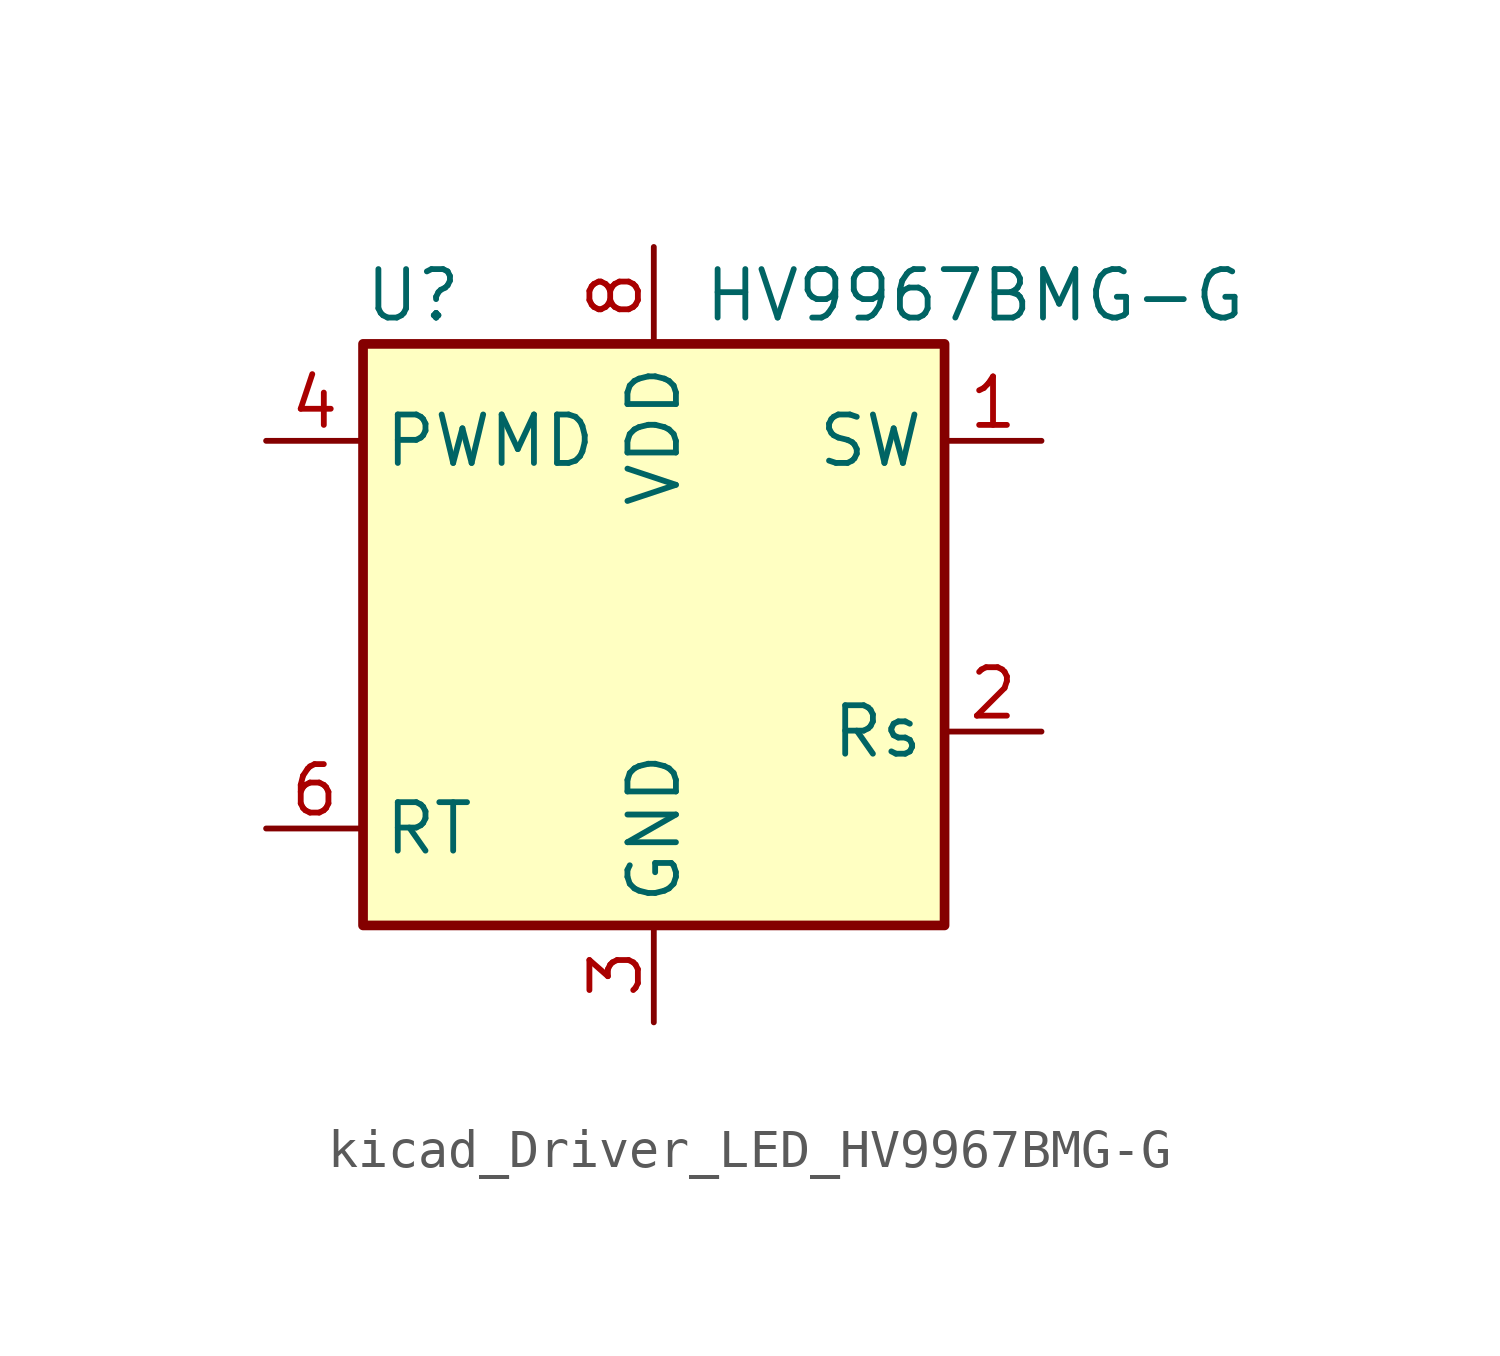
<source format=kicad_sym>
(kicad_symbol_lib
  (version 20220914)
  (generator kicad_symbol_editor)
  (symbol "kicad_Driver_LED_HV9967BMG-G"
    (property "Reference" "U"
      (at -7.62 8.89 0)
      (effects (font (size 1.27 1.27)) (justify left)))
    (property "Value" "HV9967BMG-G"
      (at 1.27 8.89 0)
      (effects (font (size 1.27 1.27)) (justify left)))
    (symbol "kicad_Driver_LED_HV9967BMG-G_0_1"
      (rectangle (start -7.62 7.62) (end 7.62 -7.62) (stroke (width 0.254) (type default)) (fill (type background))))
    (symbol "kicad_Driver_LED_HV9967BMG-G_1_1"
      (pin output line (at 10.16 5.08 180) (length 2.54) (name "SW" (effects (font (size 1.27 1.27)))) (number "1" (effects (font (size 1.27 1.27)))))
      (pin input line (at 10.16 -2.54 180) (length 2.54) (name "Rs" (effects (font (size 1.27 1.27)))) (number "2" (effects (font (size 1.27 1.27)))))
      (pin power_in line (at 0 -10.16 90) (length 2.54) (name "GND" (effects (font (size 1.27 1.27)))) (number "3" (effects (font (size 1.27 1.27)))))
      (pin output line (at -10.16 5.08 0) (length 2.54) (name "PWMD" (effects (font (size 1.27 1.27)))) (number "4" (effects (font (size 1.27 1.27)))))
      (pin input line (at -10.16 -5.08 0) (length 2.54) (name "RT" (effects (font (size 1.27 1.27)))) (number "6" (effects (font (size 1.27 1.27)))))
      (pin passive line (at 0 -10.16 90) (length 2.54) hide (name "GND" (effects (font (size 1.27 1.27)))) (number "7" (effects (font (size 1.27 1.27)))))
      (pin power_out line (at 0 10.16 270) (length 2.54) (name "VDD" (effects (font (size 1.27 1.27)))) (number "8" (effects (font (size 1.27 1.27))))))))
</source>
